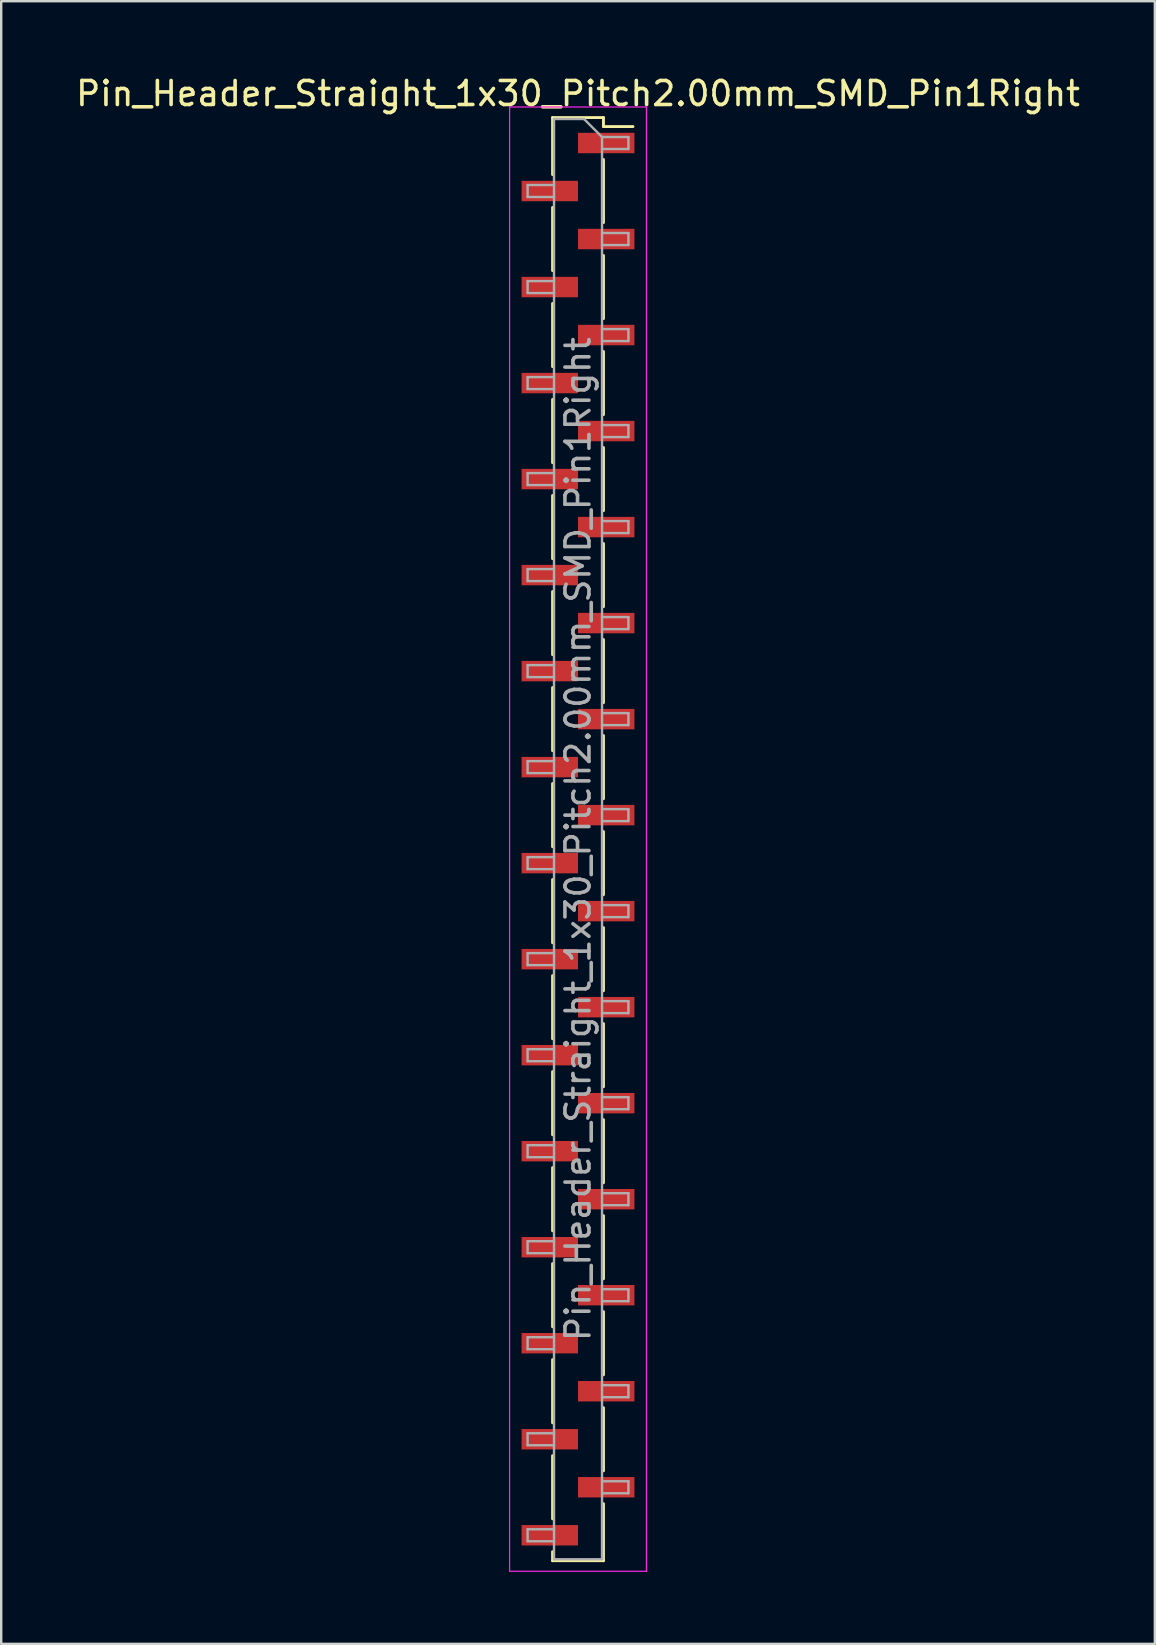
<source format=kicad_pcb>
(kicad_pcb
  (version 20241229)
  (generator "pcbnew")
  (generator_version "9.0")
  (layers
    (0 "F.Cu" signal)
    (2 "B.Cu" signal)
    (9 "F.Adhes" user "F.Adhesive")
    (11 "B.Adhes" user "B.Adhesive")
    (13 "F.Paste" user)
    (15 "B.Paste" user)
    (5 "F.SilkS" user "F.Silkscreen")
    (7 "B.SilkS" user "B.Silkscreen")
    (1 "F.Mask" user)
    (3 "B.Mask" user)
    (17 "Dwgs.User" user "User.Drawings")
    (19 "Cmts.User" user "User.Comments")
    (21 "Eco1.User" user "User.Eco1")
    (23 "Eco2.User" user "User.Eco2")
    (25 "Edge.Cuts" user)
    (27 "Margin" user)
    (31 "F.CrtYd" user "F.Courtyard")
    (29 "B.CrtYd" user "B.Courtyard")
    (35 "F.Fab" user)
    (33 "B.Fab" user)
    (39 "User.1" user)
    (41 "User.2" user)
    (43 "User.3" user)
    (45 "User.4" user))
  (footprint "Pin_Header_Straight_1x30_Pitch2.00mm_SMD_Pin1Right"
    (layer "F.Cu")
    (at 21.03 31.908)
    (property "Reference" "Pin_Header_Straight_1x30_Pitch2.00mm_SMD_Pin1Right" (at 0 -31.06 0) (layer "F.SilkS") (effects (font (size 1 1) (thickness 0.15))))
    (attr smd)
    (fp_line (start -1.06 -30.06) (end -1.06 -27.685) (stroke (width 0.12) (type solid)) (layer "F.SilkS"))
    (fp_line (start -1.06 -30.06) (end 1.06 -30.06) (stroke (width 0.12) (type solid)) (layer "F.SilkS"))
    (fp_line (start -1.06 -26.315) (end -1.06 -23.685) (stroke (width 0.12) (type solid)) (layer "F.SilkS"))
    (fp_line (start -1.06 -22.315) (end -1.06 -19.685) (stroke (width 0.12) (type solid)) (layer "F.SilkS"))
    (fp_line (start -1.06 -18.315) (end -1.06 -15.685) (stroke (width 0.12) (type solid)) (layer "F.SilkS"))
    (fp_line (start -1.06 -14.315) (end -1.06 -11.685) (stroke (width 0.12) (type solid)) (layer "F.SilkS"))
    (fp_line (start -1.06 -10.315) (end -1.06 -7.685) (stroke (width 0.12) (type solid)) (layer "F.SilkS"))
    (fp_line (start -1.06 -6.315) (end -1.06 -3.685) (stroke (width 0.12) (type solid)) (layer "F.SilkS"))
    (fp_line (start -1.06 -2.315) (end -1.06 0.315) (stroke (width 0.12) (type solid)) (layer "F.SilkS"))
    (fp_line (start -1.06 1.685) (end -1.06 4.315) (stroke (width 0.12) (type solid)) (layer "F.SilkS"))
    (fp_line (start -1.06 5.685) (end -1.06 8.315) (stroke (width 0.12) (type solid)) (layer "F.SilkS"))
    (fp_line (start -1.06 9.685) (end -1.06 12.315) (stroke (width 0.12) (type solid)) (layer "F.SilkS"))
    (fp_line (start -1.06 13.685) (end -1.06 16.315) (stroke (width 0.12) (type solid)) (layer "F.SilkS"))
    (fp_line (start -1.06 17.685) (end -1.06 20.315) (stroke (width 0.12) (type solid)) (layer "F.SilkS"))
    (fp_line (start -1.06 21.685) (end -1.06 24.315) (stroke (width 0.12) (type solid)) (layer "F.SilkS"))
    (fp_line (start -1.06 25.685) (end -1.06 28.315) (stroke (width 0.12) (type solid)) (layer "F.SilkS"))
    (fp_line (start -1.06 29.685) (end -1.06 30.06) (stroke (width 0.12) (type solid)) (layer "F.SilkS"))
    (fp_line (start -1.06 30.06) (end 1.06 30.06) (stroke (width 0.12) (type solid)) (layer "F.SilkS"))
    (fp_line (start 1.06 -30.06) (end 1.06 -29.685) (stroke (width 0.12) (type solid)) (layer "F.SilkS"))
    (fp_line (start 1.06 -29.685) (end 2.29 -29.685) (stroke (width 0.12) (type solid)) (layer "F.SilkS"))
    (fp_line (start 1.06 -28.315) (end 1.06 -25.685) (stroke (width 0.12) (type solid)) (layer "F.SilkS"))
    (fp_line (start 1.06 -24.315) (end 1.06 -21.685) (stroke (width 0.12) (type solid)) (layer "F.SilkS"))
    (fp_line (start 1.06 -20.315) (end 1.06 -17.685) (stroke (width 0.12) (type solid)) (layer "F.SilkS"))
    (fp_line (start 1.06 -16.315) (end 1.06 -13.685) (stroke (width 0.12) (type solid)) (layer "F.SilkS"))
    (fp_line (start 1.06 -12.315) (end 1.06 -9.685) (stroke (width 0.12) (type solid)) (layer "F.SilkS"))
    (fp_line (start 1.06 -8.315) (end 1.06 -5.685) (stroke (width 0.12) (type solid)) (layer "F.SilkS"))
    (fp_line (start 1.06 -4.315) (end 1.06 -1.685) (stroke (width 0.12) (type solid)) (layer "F.SilkS"))
    (fp_line (start 1.06 -0.315) (end 1.06 2.315) (stroke (width 0.12) (type solid)) (layer "F.SilkS"))
    (fp_line (start 1.06 3.685) (end 1.06 6.315) (stroke (width 0.12) (type solid)) (layer "F.SilkS"))
    (fp_line (start 1.06 7.685) (end 1.06 10.315) (stroke (width 0.12) (type solid)) (layer "F.SilkS"))
    (fp_line (start 1.06 11.685) (end 1.06 14.315) (stroke (width 0.12) (type solid)) (layer "F.SilkS"))
    (fp_line (start 1.06 15.685) (end 1.06 18.315) (stroke (width 0.12) (type solid)) (layer "F.SilkS"))
    (fp_line (start 1.06 19.685) (end 1.06 22.315) (stroke (width 0.12) (type solid)) (layer "F.SilkS"))
    (fp_line (start 1.06 23.685) (end 1.06 26.315) (stroke (width 0.12) (type solid)) (layer "F.SilkS"))
    (fp_line (start 1.06 27.685) (end 1.06 30.06) (stroke (width 0.12) (type solid)) (layer "F.SilkS"))
    (fp_line (start -2.85 -30.5) (end -2.85 30.5) (stroke (width 0.05) (type solid)) (layer "F.CrtYd"))
    (fp_line (start -2.85 30.5) (end 2.85 30.5) (stroke (width 0.05) (type solid)) (layer "F.CrtYd"))
    (fp_line (start 2.85 -30.5) (end -2.85 -30.5) (stroke (width 0.05) (type solid)) (layer "F.CrtYd"))
    (fp_line (start 2.85 30.5) (end 2.85 -30.5) (stroke (width 0.05) (type solid)) (layer "F.CrtYd"))
    (fp_line (start -2.1 -27.25) (end -2.1 -26.75) (stroke (width 0.1) (type solid)) (layer "F.Fab"))
    (fp_line (start -2.1 -26.75) (end -1 -26.75) (stroke (width 0.1) (type solid)) (layer "F.Fab"))
    (fp_line (start -2.1 -23.25) (end -2.1 -22.75) (stroke (width 0.1) (type solid)) (layer "F.Fab"))
    (fp_line (start -2.1 -22.75) (end -1 -22.75) (stroke (width 0.1) (type solid)) (layer "F.Fab"))
    (fp_line (start -2.1 -19.25) (end -2.1 -18.75) (stroke (width 0.1) (type solid)) (layer "F.Fab"))
    (fp_line (start -2.1 -18.75) (end -1 -18.75) (stroke (width 0.1) (type solid)) (layer "F.Fab"))
    (fp_line (start -2.1 -15.25) (end -2.1 -14.75) (stroke (width 0.1) (type solid)) (layer "F.Fab"))
    (fp_line (start -2.1 -14.75) (end -1 -14.75) (stroke (width 0.1) (type solid)) (layer "F.Fab"))
    (fp_line (start -2.1 -11.25) (end -2.1 -10.75) (stroke (width 0.1) (type solid)) (layer "F.Fab"))
    (fp_line (start -2.1 -10.75) (end -1 -10.75) (stroke (width 0.1) (type solid)) (layer "F.Fab"))
    (fp_line (start -2.1 -7.25) (end -2.1 -6.75) (stroke (width 0.1) (type solid)) (layer "F.Fab"))
    (fp_line (start -2.1 -6.75) (end -1 -6.75) (stroke (width 0.1) (type solid)) (layer "F.Fab"))
    (fp_line (start -2.1 -3.25) (end -2.1 -2.75) (stroke (width 0.1) (type solid)) (layer "F.Fab"))
    (fp_line (start -2.1 -2.75) (end -1 -2.75) (stroke (width 0.1) (type solid)) (layer "F.Fab"))
    (fp_line (start -2.1 0.75) (end -2.1 1.25) (stroke (width 0.1) (type solid)) (layer "F.Fab"))
    (fp_line (start -2.1 1.25) (end -1 1.25) (stroke (width 0.1) (type solid)) (layer "F.Fab"))
    (fp_line (start -2.1 4.75) (end -2.1 5.25) (stroke (width 0.1) (type solid)) (layer "F.Fab"))
    (fp_line (start -2.1 5.25) (end -1 5.25) (stroke (width 0.1) (type solid)) (layer "F.Fab"))
    (fp_line (start -2.1 8.75) (end -2.1 9.25) (stroke (width 0.1) (type solid)) (layer "F.Fab"))
    (fp_line (start -2.1 9.25) (end -1 9.25) (stroke (width 0.1) (type solid)) (layer "F.Fab"))
    (fp_line (start -2.1 12.75) (end -2.1 13.25) (stroke (width 0.1) (type solid)) (layer "F.Fab"))
    (fp_line (start -2.1 13.25) (end -1 13.25) (stroke (width 0.1) (type solid)) (layer "F.Fab"))
    (fp_line (start -2.1 16.75) (end -2.1 17.25) (stroke (width 0.1) (type solid)) (layer "F.Fab"))
    (fp_line (start -2.1 17.25) (end -1 17.25) (stroke (width 0.1) (type solid)) (layer "F.Fab"))
    (fp_line (start -2.1 20.75) (end -2.1 21.25) (stroke (width 0.1) (type solid)) (layer "F.Fab"))
    (fp_line (start -2.1 21.25) (end -1 21.25) (stroke (width 0.1) (type solid)) (layer "F.Fab"))
    (fp_line (start -2.1 24.75) (end -2.1 25.25) (stroke (width 0.1) (type solid)) (layer "F.Fab"))
    (fp_line (start -2.1 25.25) (end -1 25.25) (stroke (width 0.1) (type solid)) (layer "F.Fab"))
    (fp_line (start -2.1 28.75) (end -2.1 29.25) (stroke (width 0.1) (type solid)) (layer "F.Fab"))
    (fp_line (start -2.1 29.25) (end -1 29.25) (stroke (width 0.1) (type solid)) (layer "F.Fab"))
    (fp_line (start -1 -30) (end -1 30) (stroke (width 0.1) (type solid)) (layer "F.Fab"))
    (fp_line (start -1 -30) (end 0.25 -30) (stroke (width 0.1) (type solid)) (layer "F.Fab"))
    (fp_line (start -1 -27.25) (end -2.1 -27.25) (stroke (width 0.1) (type solid)) (layer "F.Fab"))
    (fp_line (start -1 -23.25) (end -2.1 -23.25) (stroke (width 0.1) (type solid)) (layer "F.Fab"))
    (fp_line (start -1 -19.25) (end -2.1 -19.25) (stroke (width 0.1) (type solid)) (layer "F.Fab"))
    (fp_line (start -1 -15.25) (end -2.1 -15.25) (stroke (width 0.1) (type solid)) (layer "F.Fab"))
    (fp_line (start -1 -11.25) (end -2.1 -11.25) (stroke (width 0.1) (type solid)) (layer "F.Fab"))
    (fp_line (start -1 -7.25) (end -2.1 -7.25) (stroke (width 0.1) (type solid)) (layer "F.Fab"))
    (fp_line (start -1 -3.25) (end -2.1 -3.25) (stroke (width 0.1) (type solid)) (layer "F.Fab"))
    (fp_line (start -1 0.75) (end -2.1 0.75) (stroke (width 0.1) (type solid)) (layer "F.Fab"))
    (fp_line (start -1 4.75) (end -2.1 4.75) (stroke (width 0.1) (type solid)) (layer "F.Fab"))
    (fp_line (start -1 8.75) (end -2.1 8.75) (stroke (width 0.1) (type solid)) (layer "F.Fab"))
    (fp_line (start -1 12.75) (end -2.1 12.75) (stroke (width 0.1) (type solid)) (layer "F.Fab"))
    (fp_line (start -1 16.75) (end -2.1 16.75) (stroke (width 0.1) (type solid)) (layer "F.Fab"))
    (fp_line (start -1 20.75) (end -2.1 20.75) (stroke (width 0.1) (type solid)) (layer "F.Fab"))
    (fp_line (start -1 24.75) (end -2.1 24.75) (stroke (width 0.1) (type solid)) (layer "F.Fab"))
    (fp_line (start -1 28.75) (end -2.1 28.75) (stroke (width 0.1) (type solid)) (layer "F.Fab"))
    (fp_line (start 1 -29.25) (end 0.25 -30) (stroke (width 0.1) (type solid)) (layer "F.Fab"))
    (fp_line (start 1 -29.25) (end 2.1 -29.25) (stroke (width 0.1) (type solid)) (layer "F.Fab"))
    (fp_line (start 1 -25.25) (end 2.1 -25.25) (stroke (width 0.1) (type solid)) (layer "F.Fab"))
    (fp_line (start 1 -21.25) (end 2.1 -21.25) (stroke (width 0.1) (type solid)) (layer "F.Fab"))
    (fp_line (start 1 -17.25) (end 2.1 -17.25) (stroke (width 0.1) (type solid)) (layer "F.Fab"))
    (fp_line (start 1 -13.25) (end 2.1 -13.25) (stroke (width 0.1) (type solid)) (layer "F.Fab"))
    (fp_line (start 1 -9.25) (end 2.1 -9.25) (stroke (width 0.1) (type solid)) (layer "F.Fab"))
    (fp_line (start 1 -5.25) (end 2.1 -5.25) (stroke (width 0.1) (type solid)) (layer "F.Fab"))
    (fp_line (start 1 -1.25) (end 2.1 -1.25) (stroke (width 0.1) (type solid)) (layer "F.Fab"))
    (fp_line (start 1 2.75) (end 2.1 2.75) (stroke (width 0.1) (type solid)) (layer "F.Fab"))
    (fp_line (start 1 6.75) (end 2.1 6.75) (stroke (width 0.1) (type solid)) (layer "F.Fab"))
    (fp_line (start 1 10.75) (end 2.1 10.75) (stroke (width 0.1) (type solid)) (layer "F.Fab"))
    (fp_line (start 1 14.75) (end 2.1 14.75) (stroke (width 0.1) (type solid)) (layer "F.Fab"))
    (fp_line (start 1 18.75) (end 2.1 18.75) (stroke (width 0.1) (type solid)) (layer "F.Fab"))
    (fp_line (start 1 22.75) (end 2.1 22.75) (stroke (width 0.1) (type solid)) (layer "F.Fab"))
    (fp_line (start 1 26.75) (end 2.1 26.75) (stroke (width 0.1) (type solid)) (layer "F.Fab"))
    (fp_line (start 1 30) (end -1 30) (stroke (width 0.1) (type solid)) (layer "F.Fab"))
    (fp_line (start 1 30) (end 1 -29.25) (stroke (width 0.1) (type solid)) (layer "F.Fab"))
    (fp_line (start 2.1 -29.25) (end 2.1 -28.75) (stroke (width 0.1) (type solid)) (layer "F.Fab"))
    (fp_line (start 2.1 -28.75) (end 1 -28.75) (stroke (width 0.1) (type solid)) (layer "F.Fab"))
    (fp_line (start 2.1 -25.25) (end 2.1 -24.75) (stroke (width 0.1) (type solid)) (layer "F.Fab"))
    (fp_line (start 2.1 -24.75) (end 1 -24.75) (stroke (width 0.1) (type solid)) (layer "F.Fab"))
    (fp_line (start 2.1 -21.25) (end 2.1 -20.75) (stroke (width 0.1) (type solid)) (layer "F.Fab"))
    (fp_line (start 2.1 -20.75) (end 1 -20.75) (stroke (width 0.1) (type solid)) (layer "F.Fab"))
    (fp_line (start 2.1 -17.25) (end 2.1 -16.75) (stroke (width 0.1) (type solid)) (layer "F.Fab"))
    (fp_line (start 2.1 -16.75) (end 1 -16.75) (stroke (width 0.1) (type solid)) (layer "F.Fab"))
    (fp_line (start 2.1 -13.25) (end 2.1 -12.75) (stroke (width 0.1) (type solid)) (layer "F.Fab"))
    (fp_line (start 2.1 -12.75) (end 1 -12.75) (stroke (width 0.1) (type solid)) (layer "F.Fab"))
    (fp_line (start 2.1 -9.25) (end 2.1 -8.75) (stroke (width 0.1) (type solid)) (layer "F.Fab"))
    (fp_line (start 2.1 -8.75) (end 1 -8.75) (stroke (width 0.1) (type solid)) (layer "F.Fab"))
    (fp_line (start 2.1 -5.25) (end 2.1 -4.75) (stroke (width 0.1) (type solid)) (layer "F.Fab"))
    (fp_line (start 2.1 -4.75) (end 1 -4.75) (stroke (width 0.1) (type solid)) (layer "F.Fab"))
    (fp_line (start 2.1 -1.25) (end 2.1 -0.75) (stroke (width 0.1) (type solid)) (layer "F.Fab"))
    (fp_line (start 2.1 -0.75) (end 1 -0.75) (stroke (width 0.1) (type solid)) (layer "F.Fab"))
    (fp_line (start 2.1 2.75) (end 2.1 3.25) (stroke (width 0.1) (type solid)) (layer "F.Fab"))
    (fp_line (start 2.1 3.25) (end 1 3.25) (stroke (width 0.1) (type solid)) (layer "F.Fab"))
    (fp_line (start 2.1 6.75) (end 2.1 7.25) (stroke (width 0.1) (type solid)) (layer "F.Fab"))
    (fp_line (start 2.1 7.25) (end 1 7.25) (stroke (width 0.1) (type solid)) (layer "F.Fab"))
    (fp_line (start 2.1 10.75) (end 2.1 11.25) (stroke (width 0.1) (type solid)) (layer "F.Fab"))
    (fp_line (start 2.1 11.25) (end 1 11.25) (stroke (width 0.1) (type solid)) (layer "F.Fab"))
    (fp_line (start 2.1 14.75) (end 2.1 15.25) (stroke (width 0.1) (type solid)) (layer "F.Fab"))
    (fp_line (start 2.1 15.25) (end 1 15.25) (stroke (width 0.1) (type solid)) (layer "F.Fab"))
    (fp_line (start 2.1 18.75) (end 2.1 19.25) (stroke (width 0.1) (type solid)) (layer "F.Fab"))
    (fp_line (start 2.1 19.25) (end 1 19.25) (stroke (width 0.1) (type solid)) (layer "F.Fab"))
    (fp_line (start 2.1 22.75) (end 2.1 23.25) (stroke (width 0.1) (type solid)) (layer "F.Fab"))
    (fp_line (start 2.1 23.25) (end 1 23.25) (stroke (width 0.1) (type solid)) (layer "F.Fab"))
    (fp_line (start 2.1 26.75) (end 2.1 27.25) (stroke (width 0.1) (type solid)) (layer "F.Fab"))
    (fp_line (start 2.1 27.25) (end 1 27.25) (stroke (width 0.1) (type solid)) (layer "F.Fab"))
    (fp_text user "${REFERENCE}" (at 0 0 90) (layer "F.Fab") (effects (font (size 1 1) (thickness 0.15))))
    (pad "1" smd rect (at 1.175 -29) (size 2.35 0.85) (layers "F.Cu" "F.Mask" "F.Paste"))
    (pad "2" smd rect (at -1.175 -27) (size 2.35 0.85) (layers "F.Cu" "F.Mask" "F.Paste"))
    (pad "3" smd rect (at 1.175 -25) (size 2.35 0.85) (layers "F.Cu" "F.Mask" "F.Paste"))
    (pad "4" smd rect (at -1.175 -23) (size 2.35 0.85) (layers "F.Cu" "F.Mask" "F.Paste"))
    (pad "5" smd rect (at 1.175 -21) (size 2.35 0.85) (layers "F.Cu" "F.Mask" "F.Paste"))
    (pad "6" smd rect (at -1.175 -19) (size 2.35 0.85) (layers "F.Cu" "F.Mask" "F.Paste"))
    (pad "7" smd rect (at 1.175 -17) (size 2.35 0.85) (layers "F.Cu" "F.Mask" "F.Paste"))
    (pad "8" smd rect (at -1.175 -15) (size 2.35 0.85) (layers "F.Cu" "F.Mask" "F.Paste"))
    (pad "9" smd rect (at 1.175 -13) (size 2.35 0.85) (layers "F.Cu" "F.Mask" "F.Paste"))
    (pad "10" smd rect (at -1.175 -11) (size 2.35 0.85) (layers "F.Cu" "F.Mask" "F.Paste"))
    (pad "11" smd rect (at 1.175 -9) (size 2.35 0.85) (layers "F.Cu" "F.Mask" "F.Paste"))
    (pad "12" smd rect (at -1.175 -7) (size 2.35 0.85) (layers "F.Cu" "F.Mask" "F.Paste"))
    (pad "13" smd rect (at 1.175 -5) (size 2.35 0.85) (layers "F.Cu" "F.Mask" "F.Paste"))
    (pad "14" smd rect (at -1.175 -3) (size 2.35 0.85) (layers "F.Cu" "F.Mask" "F.Paste"))
    (pad "15" smd rect (at 1.175 -1) (size 2.35 0.85) (layers "F.Cu" "F.Mask" "F.Paste"))
    (pad "16" smd rect (at -1.175 1) (size 2.35 0.85) (layers "F.Cu" "F.Mask" "F.Paste"))
    (pad "17" smd rect (at 1.175 3) (size 2.35 0.85) (layers "F.Cu" "F.Mask" "F.Paste"))
    (pad "18" smd rect (at -1.175 5) (size 2.35 0.85) (layers "F.Cu" "F.Mask" "F.Paste"))
    (pad "19" smd rect (at 1.175 7) (size 2.35 0.85) (layers "F.Cu" "F.Mask" "F.Paste"))
    (pad "20" smd rect (at -1.175 9) (size 2.35 0.85) (layers "F.Cu" "F.Mask" "F.Paste"))
    (pad "21" smd rect (at 1.175 11) (size 2.35 0.85) (layers "F.Cu" "F.Mask" "F.Paste"))
    (pad "22" smd rect (at -1.175 13) (size 2.35 0.85) (layers "F.Cu" "F.Mask" "F.Paste"))
    (pad "23" smd rect (at 1.175 15) (size 2.35 0.85) (layers "F.Cu" "F.Mask" "F.Paste"))
    (pad "24" smd rect (at -1.175 17) (size 2.35 0.85) (layers "F.Cu" "F.Mask" "F.Paste"))
    (pad "25" smd rect (at 1.175 19) (size 2.35 0.85) (layers "F.Cu" "F.Mask" "F.Paste"))
    (pad "26" smd rect (at -1.175 21) (size 2.35 0.85) (layers "F.Cu" "F.Mask" "F.Paste"))
    (pad "27" smd rect (at 1.175 23) (size 2.35 0.85) (layers "F.Cu" "F.Mask" "F.Paste"))
    (pad "28" smd rect (at -1.175 25) (size 2.35 0.85) (layers "F.Cu" "F.Mask" "F.Paste"))
    (pad "29" smd rect (at 1.175 27) (size 2.35 0.85) (layers "F.Cu" "F.Mask" "F.Paste"))
    (pad "30" smd rect (at -1.175 29) (size 2.35 0.85) (layers "F.Cu" "F.Mask" "F.Paste")))
  (gr_rect
    (start -3 -3)
    (end 45.06 65.433)
    (stroke (width 0.1) (type default))
    (fill no)
    (layer "Edge.Cuts")))
</source>
